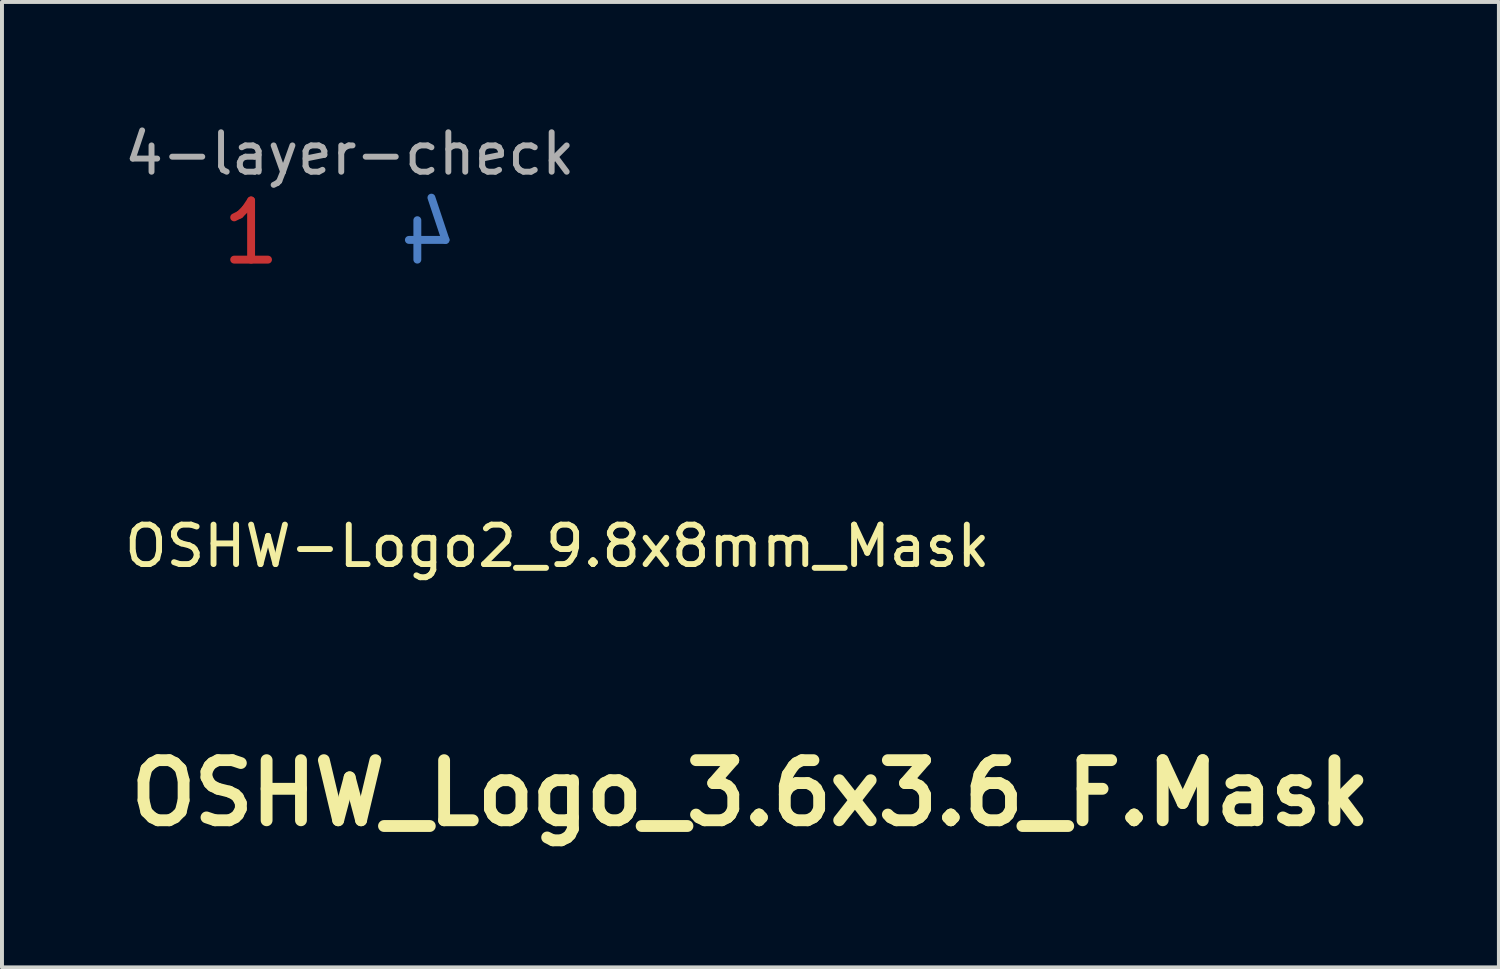
<source format=kicad_pcb>
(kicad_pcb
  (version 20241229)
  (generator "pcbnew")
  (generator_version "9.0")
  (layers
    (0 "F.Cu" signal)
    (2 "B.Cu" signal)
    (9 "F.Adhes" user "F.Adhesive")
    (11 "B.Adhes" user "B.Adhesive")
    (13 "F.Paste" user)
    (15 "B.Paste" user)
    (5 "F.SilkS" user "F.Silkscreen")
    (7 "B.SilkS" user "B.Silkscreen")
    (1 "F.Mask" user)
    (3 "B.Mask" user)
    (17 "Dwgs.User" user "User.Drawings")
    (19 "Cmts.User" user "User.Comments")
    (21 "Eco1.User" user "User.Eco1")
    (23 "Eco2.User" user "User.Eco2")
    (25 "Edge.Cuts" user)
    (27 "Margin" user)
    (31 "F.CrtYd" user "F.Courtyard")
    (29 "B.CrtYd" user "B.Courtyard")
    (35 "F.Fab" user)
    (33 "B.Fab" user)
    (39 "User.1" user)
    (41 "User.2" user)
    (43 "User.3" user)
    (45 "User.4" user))
  (footprint "4-layer-check"
    (layer "F.Cu")
    (at 5.815 2.848)
    (property "Reference" "4-layer-check" (at 0 -2 0) (layer "F.Fab") (effects (font (size 1 1) (thickness 0.15))))
    (attr through_hole)
    (fp_poly (pts (xy -3.25 -1.25) (xy 2.75 -1.25) (xy 2.75 1) (xy -3.25 1)) (stroke (width 0.15) (type solid)) (fill yes) (layer "F.Mask"))
    (fp_poly (pts (xy -3.25 -1.25) (xy 2.75 -1.25) (xy 2.75 1) (xy -3.25 1)) (stroke (width 0.15) (type solid)) (fill yes) (layer "B.Mask"))
    (fp_text user "1" (at -2.5 0 0) (layer "F.Cu") (effects (font (size 1.5 1.5) (thickness 0.2))))
    (fp_text user "4" (at 2 0 0) (layer "B.Cu") (effects (font (size 1.5 1.5) (thickness 0.2)) (justify mirror)))
    (fp_text user "2" (at -1 0 0) (layer "In1.Cu") (effects (font (size 1.5 1.5) (thickness 0.2))))
    (fp_text user "3" (at 0.5 0 0) (layer "In2.Cu") (effects (font (size 1.5 1.5) (thickness 0.2)) (justify mirror))))
  (footprint "OSHW-Logo2_9.8x8mm_Mask"
    (layer "F.Cu")
    (at 11.077 10.794)
    (property "Reference" "OSHW-Logo2_9.8x8mm_Mask" (at 0 0 0) (layer "F.SilkS") (effects (font (size 1 1) (thickness 0.15))))
    (attr exclude_from_pos_files exclude_from_bom)
    (fp_poly (pts (xy 0.14 -3.712) (xy 0.246 -3.712) (xy 0.322 -3.71) (xy 0.374 -3.707) (xy 0.407 -3.702) (xy 0.426 -3.695) (xy 0.435 -3.684) (xy 0.439 -3.67) (xy 0.44 -3.668) (xy 0.446 -3.636) (xy 0.459 -3.572) (xy 0.476 -3.483) (xy 0.496 -3.376) (xy 0.518 -3.258) (xy 0.518 -3.254) (xy 0.54 -3.138) (xy 0.561 -3.036) (xy 0.579 -2.953) (xy 0.592 -2.897) (xy 0.601 -2.872) (xy 0.601 -2.871) (xy 0.626 -2.859) (xy 0.676 -2.839) (xy 0.742 -2.814) (xy 0.742 -2.814) (xy 0.825 -2.783) (xy 0.923 -2.744) (xy 1.015 -2.704) (xy 1.019 -2.702) (xy 1.169 -2.634) (xy 1.501 -2.86) (xy 1.603 -2.929) (xy 1.696 -2.991) (xy 1.773 -3.042) (xy 1.83 -3.079) (xy 1.861 -3.098) (xy 1.864 -3.099) (xy 1.887 -3.093) (xy 1.93 -3.063) (xy 1.994 -3.008) (xy 2.081 -2.927) (xy 2.171 -2.84) (xy 2.256 -2.755) (xy 2.333 -2.677) (xy 2.397 -2.611) (xy 2.442 -2.563) (xy 2.464 -2.536) (xy 2.464 -2.535) (xy 2.467 -2.517) (xy 2.458 -2.487) (xy 2.435 -2.441) (xy 2.395 -2.376) (xy 2.338 -2.288) (xy 2.261 -2.173) (xy 2.193 -2.073) (xy 2.132 -1.983) (xy 2.081 -1.908) (xy 2.045 -1.854) (xy 2.027 -1.827) (xy 2.026 -1.825) (xy 2.028 -1.798) (xy 2.045 -1.747) (xy 2.073 -1.68) (xy 2.083 -1.659) (xy 2.127 -1.564) (xy 2.173 -1.456) (xy 2.211 -1.363) (xy 2.238 -1.294) (xy 2.26 -1.241) (xy 2.272 -1.214) (xy 2.274 -1.211) (xy 2.297 -1.208) (xy 2.351 -1.198) (xy 2.429 -1.184) (xy 2.524 -1.166) (xy 2.628 -1.146) (xy 2.735 -1.126) (xy 2.837 -1.107) (xy 2.927 -1.089) (xy 2.998 -1.075) (xy 3.042 -1.066) (xy 3.053 -1.063) (xy 3.064 -1.057) (xy 3.073 -1.042) (xy 3.079 -1.015) (xy 3.083 -0.97) (xy 3.085 -0.902) (xy 3.087 -0.806) (xy 3.087 -0.678) (xy 3.087 -0.625) (xy 3.087 -0.198) (xy 2.985 -0.178) (xy 2.927 -0.167) (xy 2.842 -0.151) (xy 2.739 -0.132) (xy 2.629 -0.111) (xy 2.599 -0.106) (xy 2.497 -0.086) (xy 2.408 -0.067) (xy 2.34 -0.049) (xy 2.3 -0.036) (xy 2.293 -0.032) (xy 2.277 -0.004) (xy 2.253 0.051) (xy 2.227 0.122) (xy 2.222 0.137) (xy 2.188 0.231) (xy 2.146 0.337) (xy 2.104 0.432) (xy 2.104 0.433) (xy 2.035 0.583) (xy 2.49 1.252) (xy 2.197 1.544) (xy 2.109 1.631) (xy 2.029 1.708) (xy 1.96 1.77) (xy 1.909 1.814) (xy 1.879 1.835) (xy 1.874 1.837) (xy 1.849 1.826) (xy 1.797 1.797) (xy 1.725 1.752) (xy 1.637 1.695) (xy 1.543 1.631) (xy 1.447 1.567) (xy 1.361 1.51) (xy 1.291 1.466) (xy 1.242 1.437) (xy 1.221 1.426) (xy 1.194 1.435) (xy 1.144 1.458) (xy 1.08 1.491) (xy 1.074 1.494) (xy 0.988 1.537) (xy 0.929 1.558) (xy 0.893 1.559) (xy 0.874 1.539) (xy 0.874 1.539) (xy 0.864 1.515) (xy 0.841 1.46) (xy 0.807 1.378) (xy 0.763 1.272) (xy 0.712 1.147) (xy 0.654 1.007) (xy 0.598 0.872) (xy 0.536 0.722) (xy 0.48 0.584) (xy 0.43 0.461) (xy 0.389 0.357) (xy 0.358 0.277) (xy 0.338 0.225) (xy 0.332 0.206) (xy 0.347 0.183) (xy 0.386 0.148) (xy 0.439 0.109) (xy 0.588 -0.015) (xy 0.705 -0.156) (xy 0.787 -0.313) (xy 0.834 -0.482) (xy 0.845 -0.66) (xy 0.837 -0.742) (xy 0.796 -0.913) (xy 0.724 -1.064) (xy 0.627 -1.193) (xy 0.509 -1.299) (xy 0.374 -1.381) (xy 0.227 -1.437) (xy 0.072 -1.465) (xy -0.087 -1.465) (xy -0.244 -1.435) (xy -0.396 -1.372) (xy -0.538 -1.277) (xy -0.597 -1.222) (xy -0.711 -1.083) (xy -0.79 -0.932) (xy -0.835 -0.771) (xy -0.847 -0.607) (xy -0.825 -0.443) (xy -0.772 -0.284) (xy -0.686 -0.134) (xy -0.569 0.002) (xy -0.439 0.109) (xy -0.384 0.15) (xy -0.346 0.185) (xy -0.332 0.206) (xy -0.339 0.229) (xy -0.36 0.283) (xy -0.392 0.366) (xy -0.434 0.471) (xy -0.485 0.596) (xy -0.542 0.736) (xy -0.598 0.872) (xy -0.66 1.021) (xy -0.717 1.16) (xy -0.768 1.283) (xy -0.811 1.387) (xy -0.844 1.467) (xy -0.866 1.519) (xy -0.874 1.539) (xy -0.893 1.558) (xy -0.929 1.558) (xy -0.988 1.537) (xy -1.073 1.495) (xy -1.074 1.494) (xy -1.138 1.461) (xy -1.19 1.437) (xy -1.219 1.426) (xy -1.221 1.426) (xy -1.243 1.437) (xy -1.292 1.466) (xy -1.362 1.511) (xy -1.447 1.567) (xy -1.543 1.631) (xy -1.639 1.696) (xy -1.727 1.753) (xy -1.799 1.797) (xy -1.85 1.826) (xy -1.874 1.837) (xy -1.897 1.823) (xy -1.942 1.786) (xy -2.006 1.729) (xy -2.083 1.656) (xy -2.169 1.572) (xy -2.198 1.544) (xy -2.49 1.251) (xy -2.267 0.925) (xy -2.2 0.825) (xy -2.14 0.735) (xy -2.093 0.661) (xy -2.06 0.607) (xy -2.045 0.579) (xy -2.045 0.577) (xy -2.053 0.551) (xy -2.073 0.498) (xy -2.103 0.427) (xy -2.124 0.38) (xy -2.164 0.29) (xy -2.201 0.198) (xy -2.23 0.121) (xy -2.237 0.098) (xy -2.26 0.035) (xy -2.281 -0.014) (xy -2.293 -0.032) (xy -2.319 -0.043) (xy -2.377 -0.059) (xy -2.458 -0.078) (xy -2.555 -0.098) (xy -2.599 -0.106) (xy -2.709 -0.126) (xy -2.815 -0.146) (xy -2.906 -0.163) (xy -2.972 -0.175) (xy -2.985 -0.178) (xy -3.087 -0.198) (xy -3.087 -0.625) (xy -3.087 -0.766) (xy -3.086 -0.872) (xy -3.084 -0.949) (xy -3.08 -1.002) (xy -3.075 -1.035) (xy -3.067 -1.053) (xy -3.057 -1.062) (xy -3.053 -1.063) (xy -3.028 -1.069) (xy -2.972 -1.08) (xy -2.892 -1.096) (xy -2.796 -1.114) (xy -2.691 -1.134) (xy -2.585 -1.155) (xy -2.483 -1.174) (xy -2.395 -1.19) (xy -2.325 -1.203) (xy -2.283 -1.21) (xy -2.274 -1.211) (xy -2.265 -1.228) (xy -2.246 -1.273) (xy -2.221 -1.338) (xy -2.211 -1.363) (xy -2.171 -1.46) (xy -2.125 -1.568) (xy -2.083 -1.659) (xy -2.052 -1.728) (xy -2.032 -1.785) (xy -2.025 -1.82) (xy -2.026 -1.825) (xy -2.041 -1.847) (xy -2.074 -1.896) (xy -2.121 -1.967) (xy -2.181 -2.055) (xy -2.248 -2.154) (xy -2.261 -2.173) (xy -2.339 -2.289) (xy -2.396 -2.377) (xy -2.435 -2.442) (xy -2.458 -2.487) (xy -2.467 -2.516) (xy -2.465 -2.535) (xy -2.464 -2.535) (xy -2.445 -2.559) (xy -2.402 -2.605) (xy -2.341 -2.669) (xy -2.265 -2.746) (xy -2.18 -2.831) (xy -2.171 -2.84) (xy -2.063 -2.944) (xy -1.98 -3.02) (xy -1.92 -3.07) (xy -1.882 -3.096) (xy -1.864 -3.099) (xy -1.84 -3.085) (xy -1.788 -3.052) (xy -1.714 -3.004) (xy -1.625 -2.944) (xy -1.525 -2.876) (xy -1.501 -2.86) (xy -1.169 -2.634) (xy -1.019 -2.702) (xy -0.928 -2.741) (xy -0.83 -2.781) (xy -0.746 -2.813) (xy -0.742 -2.814) (xy -0.677 -2.838) (xy -0.626 -2.859) (xy -0.601 -2.871) (xy -0.601 -2.871) (xy -0.593 -2.893) (xy -0.58 -2.948) (xy -0.562 -3.029) (xy -0.542 -3.129) (xy -0.52 -3.244) (xy -0.518 -3.254) (xy -0.496 -3.372) (xy -0.476 -3.479) (xy -0.459 -3.569) (xy -0.447 -3.634) (xy -0.44 -3.668) (xy -0.44 -3.668) (xy -0.435 -3.683) (xy -0.427 -3.693) (xy -0.41 -3.701) (xy -0.379 -3.707) (xy -0.329 -3.71) (xy -0.256 -3.712) (xy -0.153 -3.712) (xy -0.018 -3.712) (xy 0 -3.712) (xy 0.14 -3.712)) (stroke (width 0.01) (type solid)) (fill yes) (layer "F.Mask")))
  (footprint "OSHW_Logo_3.6x3.6_F.Mask"
    (layer "F.Cu")
    (at 15.973 17.054)
    (property "Reference" "OSHW_Logo_3.6x3.6_F.Mask" (at 0 0 0) (layer "F.SilkS") (effects (font (size 1.524 1.524) (thickness 0.3))))
    (attr through_hole)
    (fp_poly (pts (xy 0.046 -1.387) (xy 0.087 -1.386) (xy 0.124 -1.386) (xy 0.155 -1.385) (xy 0.18 -1.384) (xy 0.198 -1.384) (xy 0.207 -1.383) (xy 0.207 -1.383) (xy 0.21 -1.377) (xy 0.214 -1.361) (xy 0.219 -1.337) (xy 0.226 -1.305) (xy 0.234 -1.266) (xy 0.243 -1.221) (xy 0.251 -1.179) (xy 0.259 -1.135) (xy 0.267 -1.095) (xy 0.274 -1.058) (xy 0.281 -1.027) (xy 0.286 -1.002) (xy 0.29 -0.985) (xy 0.292 -0.976) (xy 0.293 -0.975) (xy 0.299 -0.972) (xy 0.313 -0.965) (xy 0.334 -0.956) (xy 0.359 -0.945) (xy 0.388 -0.933) (xy 0.419 -0.92) (xy 0.451 -0.908) (xy 0.482 -0.895) (xy 0.511 -0.884) (xy 0.537 -0.874) (xy 0.557 -0.866) (xy 0.571 -0.862) (xy 0.577 -0.86) (xy 0.577 -0.86) (xy 0.582 -0.864) (xy 0.595 -0.872) (xy 0.614 -0.885) (xy 0.639 -0.902) (xy 0.668 -0.922) (xy 0.701 -0.944) (xy 0.737 -0.969) (xy 0.746 -0.975) (xy 0.782 -1) (xy 0.816 -1.023) (xy 0.847 -1.043) (xy 0.873 -1.06) (xy 0.895 -1.074) (xy 0.91 -1.083) (xy 0.917 -1.087) (xy 0.918 -1.087) (xy 0.924 -1.084) (xy 0.936 -1.074) (xy 0.953 -1.058) (xy 0.974 -1.039) (xy 0.998 -1.015) (xy 1.024 -0.989) (xy 1.052 -0.962) (xy 1.081 -0.933) (xy 1.108 -0.905) (xy 1.135 -0.879) (xy 1.158 -0.854) (xy 1.178 -0.833) (xy 1.194 -0.815) (xy 1.205 -0.803) (xy 1.209 -0.796) (xy 1.209 -0.796) (xy 1.206 -0.79) (xy 1.198 -0.776) (xy 1.186 -0.757) (xy 1.169 -0.731) (xy 1.15 -0.702) (xy 1.128 -0.669) (xy 1.103 -0.633) (xy 1.102 -0.631) (xy 1.077 -0.595) (xy 1.054 -0.562) (xy 1.034 -0.532) (xy 1.017 -0.506) (xy 1.003 -0.485) (xy 0.994 -0.471) (xy 0.99 -0.464) (xy 0.99 -0.464) (xy 0.989 -0.46) (xy 0.99 -0.452) (xy 0.993 -0.44) (xy 0.999 -0.423) (xy 1.008 -0.4) (xy 1.02 -0.37) (xy 1.036 -0.332) (xy 1.045 -0.313) (xy 1.061 -0.275) (xy 1.076 -0.241) (xy 1.089 -0.213) (xy 1.1 -0.19) (xy 1.108 -0.175) (xy 1.113 -0.167) (xy 1.114 -0.167) (xy 1.121 -0.165) (xy 1.136 -0.161) (xy 1.16 -0.157) (xy 1.19 -0.151) (xy 1.225 -0.144) (xy 1.264 -0.136) (xy 1.307 -0.128) (xy 1.311 -0.127) (xy 1.36 -0.118) (xy 1.403 -0.109) (xy 1.439 -0.102) (xy 1.468 -0.096) (xy 1.489 -0.09) (xy 1.502 -0.087) (xy 1.504 -0.085) (xy 1.505 -0.079) (xy 1.506 -0.063) (xy 1.507 -0.04) (xy 1.508 -0.01) (xy 1.508 0.026) (xy 1.509 0.066) (xy 1.509 0.109) (xy 1.509 0.12) (xy 1.509 0.172) (xy 1.508 0.214) (xy 1.508 0.248) (xy 1.508 0.274) (xy 1.507 0.294) (xy 1.506 0.308) (xy 1.505 0.317) (xy 1.503 0.323) (xy 1.502 0.325) (xy 1.495 0.327) (xy 1.48 0.331) (xy 1.457 0.336) (xy 1.427 0.342) (xy 1.392 0.349) (xy 1.353 0.357) (xy 1.312 0.364) (xy 1.266 0.373) (xy 1.225 0.381) (xy 1.189 0.388) (xy 1.16 0.395) (xy 1.138 0.4) (xy 1.125 0.404) (xy 1.122 0.405) (xy 1.118 0.412) (xy 1.111 0.426) (xy 1.101 0.447) (xy 1.09 0.473) (xy 1.078 0.503) (xy 1.064 0.535) (xy 1.051 0.569) (xy 1.038 0.602) (xy 1.026 0.633) (xy 1.015 0.661) (xy 1.006 0.684) (xy 1 0.702) (xy 0.998 0.712) (xy 0.998 0.714) (xy 1.001 0.719) (xy 1.009 0.732) (xy 1.022 0.752) (xy 1.039 0.776) (xy 1.059 0.805) (xy 1.081 0.838) (xy 1.105 0.873) (xy 1.128 0.908) (xy 1.151 0.941) (xy 1.17 0.97) (xy 1.186 0.995) (xy 1.199 1.015) (xy 1.206 1.029) (xy 1.209 1.035) (xy 1.206 1.04) (xy 1.196 1.052) (xy 1.18 1.069) (xy 1.161 1.09) (xy 1.137 1.114) (xy 1.111 1.141) (xy 1.084 1.169) (xy 1.056 1.197) (xy 1.028 1.225) (xy 1.001 1.251) (xy 0.977 1.275) (xy 0.955 1.295) (xy 0.938 1.311) (xy 0.925 1.322) (xy 0.919 1.326) (xy 0.919 1.326) (xy 0.913 1.323) (xy 0.9 1.315) (xy 0.88 1.303) (xy 0.855 1.286) (xy 0.826 1.267) (xy 0.793 1.245) (xy 0.759 1.222) (xy 0.724 1.198) (xy 0.691 1.176) (xy 0.662 1.156) (xy 0.637 1.14) (xy 0.618 1.128) (xy 0.605 1.12) (xy 0.599 1.118) (xy 0.591 1.12) (xy 0.577 1.126) (xy 0.557 1.136) (xy 0.534 1.148) (xy 0.523 1.153) (xy 0.498 1.167) (xy 0.476 1.177) (xy 0.458 1.185) (xy 0.447 1.188) (xy 0.446 1.188) (xy 0.443 1.186) (xy 0.44 1.182) (xy 0.435 1.175) (xy 0.43 1.165) (xy 0.422 1.149) (xy 0.413 1.129) (xy 0.402 1.103) (xy 0.388 1.071) (xy 0.372 1.032) (xy 0.352 0.986) (xy 0.33 0.932) (xy 0.303 0.868) (xy 0.299 0.857) (xy 0.276 0.803) (xy 0.255 0.75) (xy 0.235 0.702) (xy 0.217 0.657) (xy 0.201 0.617) (xy 0.188 0.584) (xy 0.178 0.556) (xy 0.17 0.536) (xy 0.166 0.524) (xy 0.166 0.521) (xy 0.171 0.515) (xy 0.183 0.505) (xy 0.199 0.492) (xy 0.215 0.481) (xy 0.257 0.45) (xy 0.292 0.42) (xy 0.32 0.391) (xy 0.344 0.359) (xy 0.366 0.323) (xy 0.377 0.303) (xy 0.401 0.244) (xy 0.415 0.184) (xy 0.42 0.123) (xy 0.416 0.062) (xy 0.402 0.002) (xy 0.38 -0.056) (xy 0.349 -0.11) (xy 0.309 -0.16) (xy 0.306 -0.164) (xy 0.258 -0.207) (xy 0.205 -0.243) (xy 0.145 -0.27) (xy 0.117 -0.28) (xy 0.1 -0.285) (xy 0.084 -0.288) (xy 0.067 -0.29) (xy 0.045 -0.292) (xy 0.018 -0.292) (xy 0.003 -0.292) (xy -0.029 -0.292) (xy -0.053 -0.291) (xy -0.072 -0.289) (xy -0.088 -0.287) (xy -0.104 -0.282) (xy -0.112 -0.28) (xy -0.174 -0.256) (xy -0.23 -0.223) (xy -0.28 -0.183) (xy -0.323 -0.136) (xy -0.359 -0.082) (xy -0.369 -0.064) (xy -0.389 -0.017) (xy -0.403 0.028) (xy -0.41 0.073) (xy -0.412 0.122) (xy -0.407 0.187) (xy -0.393 0.249) (xy -0.369 0.308) (xy -0.337 0.362) (xy -0.296 0.41) (xy -0.278 0.427) (xy -0.254 0.447) (xy -0.228 0.467) (xy -0.203 0.485) (xy -0.181 0.499) (xy -0.179 0.501) (xy -0.167 0.51) (xy -0.16 0.519) (xy -0.16 0.521) (xy -0.161 0.527) (xy -0.166 0.543) (xy -0.175 0.567) (xy -0.187 0.598) (xy -0.203 0.637) (xy -0.221 0.683) (xy -0.242 0.735) (xy -0.266 0.793) (xy -0.289 0.85) (xy -0.312 0.904) (xy -0.333 0.955) (xy -0.353 1.003) (xy -0.371 1.047) (xy -0.388 1.086) (xy -0.402 1.119) (xy -0.413 1.146) (xy -0.421 1.165) (xy -0.426 1.176) (xy -0.427 1.179) (xy -0.435 1.187) (xy -0.442 1.189) (xy -0.45 1.186) (xy -0.464 1.18) (xy -0.484 1.17) (xy -0.508 1.158) (xy -0.518 1.153) (xy -0.548 1.137) (xy -0.572 1.126) (xy -0.588 1.12) (xy -0.596 1.119) (xy -0.603 1.122) (xy -0.617 1.131) (xy -0.637 1.143) (xy -0.661 1.159) (xy -0.689 1.178) (xy -0.706 1.189) (xy -0.753 1.222) (xy -0.792 1.249) (xy -0.825 1.271) (xy -0.851 1.289) (xy -0.871 1.302) (xy -0.887 1.312) (xy -0.898 1.319) (xy -0.906 1.323) (xy -0.911 1.325) (xy -0.914 1.326) (xy -0.919 1.322) (xy -0.93 1.312) (xy -0.948 1.297) (xy -0.969 1.276) (xy -0.995 1.252) (xy -1.023 1.224) (xy -1.054 1.194) (xy -1.06 1.188) (xy -1.091 1.156) (xy -1.12 1.127) (xy -1.146 1.101) (xy -1.167 1.078) (xy -1.185 1.06) (xy -1.196 1.048) (xy -1.201 1.041) (xy -1.202 1.04) (xy -1.203 1.037) (xy -1.203 1.034) (xy -1.202 1.03) (xy -1.2 1.025) (xy -1.195 1.017) (xy -1.188 1.005) (xy -1.178 0.989) (xy -1.164 0.969) (xy -1.146 0.942) (xy -1.123 0.909) (xy -1.095 0.868) (xy -1.092 0.864) (xy -1.069 0.83) (xy -1.047 0.797) (xy -1.028 0.769) (xy -1.012 0.744) (xy -1 0.726) (xy -0.993 0.713) (xy -0.991 0.708) (xy -0.992 0.702) (xy -0.998 0.687) (xy -1.006 0.666) (xy -1.016 0.638) (xy -1.029 0.606) (xy -1.043 0.571) (xy -1.05 0.553) (xy -1.067 0.509) (xy -1.082 0.474) (xy -1.094 0.447) (xy -1.103 0.427) (xy -1.11 0.413) (xy -1.116 0.404) (xy -1.12 0.401) (xy -1.127 0.399) (xy -1.143 0.396) (xy -1.167 0.391) (xy -1.197 0.385) (xy -1.232 0.378) (xy -1.271 0.371) (xy -1.31 0.363) (xy -1.352 0.356) (xy -1.39 0.348) (xy -1.425 0.341) (xy -1.454 0.335) (xy -1.476 0.33) (xy -1.491 0.327) (xy -1.497 0.325) (xy -1.499 0.321) (xy -1.5 0.315) (xy -1.501 0.303) (xy -1.502 0.287) (xy -1.503 0.264) (xy -1.503 0.234) (xy -1.504 0.196) (xy -1.504 0.149) (xy -1.504 0.119) (xy -1.504 -0.081) (xy -1.492 -0.088) (xy -1.485 -0.091) (xy -1.468 -0.095) (xy -1.445 -0.1) (xy -1.414 -0.106) (xy -1.379 -0.113) (xy -1.339 -0.121) (xy -1.297 -0.129) (xy -1.295 -0.129) (xy -1.253 -0.137) (xy -1.214 -0.145) (xy -1.179 -0.152) (xy -1.149 -0.158) (xy -1.126 -0.163) (xy -1.11 -0.167) (xy -1.104 -0.169) (xy -1.104 -0.169) (xy -1.1 -0.176) (xy -1.093 -0.19) (xy -1.083 -0.211) (xy -1.072 -0.236) (xy -1.059 -0.266) (xy -1.045 -0.297) (xy -1.031 -0.329) (xy -1.018 -0.361) (xy -1.006 -0.39) (xy -0.995 -0.415) (xy -0.987 -0.436) (xy -0.982 -0.45) (xy -0.98 -0.456) (xy -0.983 -0.461) (xy -0.991 -0.475) (xy -1.004 -0.494) (xy -1.02 -0.519) (xy -1.04 -0.549) (xy -1.062 -0.582) (xy -1.086 -0.618) (xy -1.09 -0.623) (xy -1.115 -0.659) (xy -1.138 -0.693) (xy -1.158 -0.724) (xy -1.176 -0.75) (xy -1.189 -0.771) (xy -1.198 -0.785) (xy -1.203 -0.793) (xy -1.203 -0.793) (xy -1.202 -0.797) (xy -1.198 -0.804) (xy -1.19 -0.815) (xy -1.177 -0.829) (xy -1.159 -0.848) (xy -1.136 -0.872) (xy -1.107 -0.902) (xy -1.071 -0.938) (xy -1.064 -0.945) (xy -1.028 -0.981) (xy -0.996 -1.013) (xy -0.968 -1.039) (xy -0.945 -1.061) (xy -0.928 -1.076) (xy -0.917 -1.085) (xy -0.913 -1.087) (xy -0.906 -1.084) (xy -0.893 -1.076) (xy -0.873 -1.064) (xy -0.847 -1.048) (xy -0.818 -1.028) (xy -0.784 -1.006) (xy -0.749 -0.981) (xy -0.745 -0.979) (xy -0.709 -0.954) (xy -0.675 -0.931) (xy -0.645 -0.91) (xy -0.619 -0.893) (xy -0.598 -0.879) (xy -0.583 -0.869) (xy -0.576 -0.865) (xy -0.576 -0.864) (xy -0.571 -0.863) (xy -0.565 -0.863) (xy -0.555 -0.865) (xy -0.541 -0.87) (xy -0.522 -0.877) (xy -0.496 -0.887) (xy -0.462 -0.9) (xy -0.438 -0.91) (xy -0.397 -0.927) (xy -0.363 -0.941) (xy -0.337 -0.952) (xy -0.318 -0.96) (xy -0.304 -0.967) (xy -0.294 -0.972) (xy -0.288 -0.976) (xy -0.285 -0.979) (xy -0.283 -0.983) (xy -0.282 -0.985) (xy -0.28 -0.992) (xy -0.277 -1.008) (xy -0.273 -1.032) (xy -0.267 -1.062) (xy -0.26 -1.097) (xy -0.253 -1.137) (xy -0.245 -1.179) (xy -0.244 -1.184) (xy -0.236 -1.227) (xy -0.228 -1.266) (xy -0.221 -1.302) (xy -0.215 -1.332) (xy -0.209 -1.356) (xy -0.205 -1.372) (xy -0.203 -1.379) (xy -0.203 -1.38) (xy -0.2 -1.382) (xy -0.193 -1.383) (xy -0.183 -1.384) (xy -0.167 -1.385) (xy -0.146 -1.386) (xy -0.117 -1.386) (xy -0.081 -1.387) (xy -0.037 -1.387) (xy 0.002 -1.387) (xy 0.046 -1.387)) (stroke (width 0.01) (type solid)) (fill yes) (layer "F.Mask")))
  (gr_rect
    (start -3 -3)
    (end 34.946 21.472)
    (stroke (width 0.1) (type default))
    (fill no)
    (layer "Edge.Cuts")))
</source>
